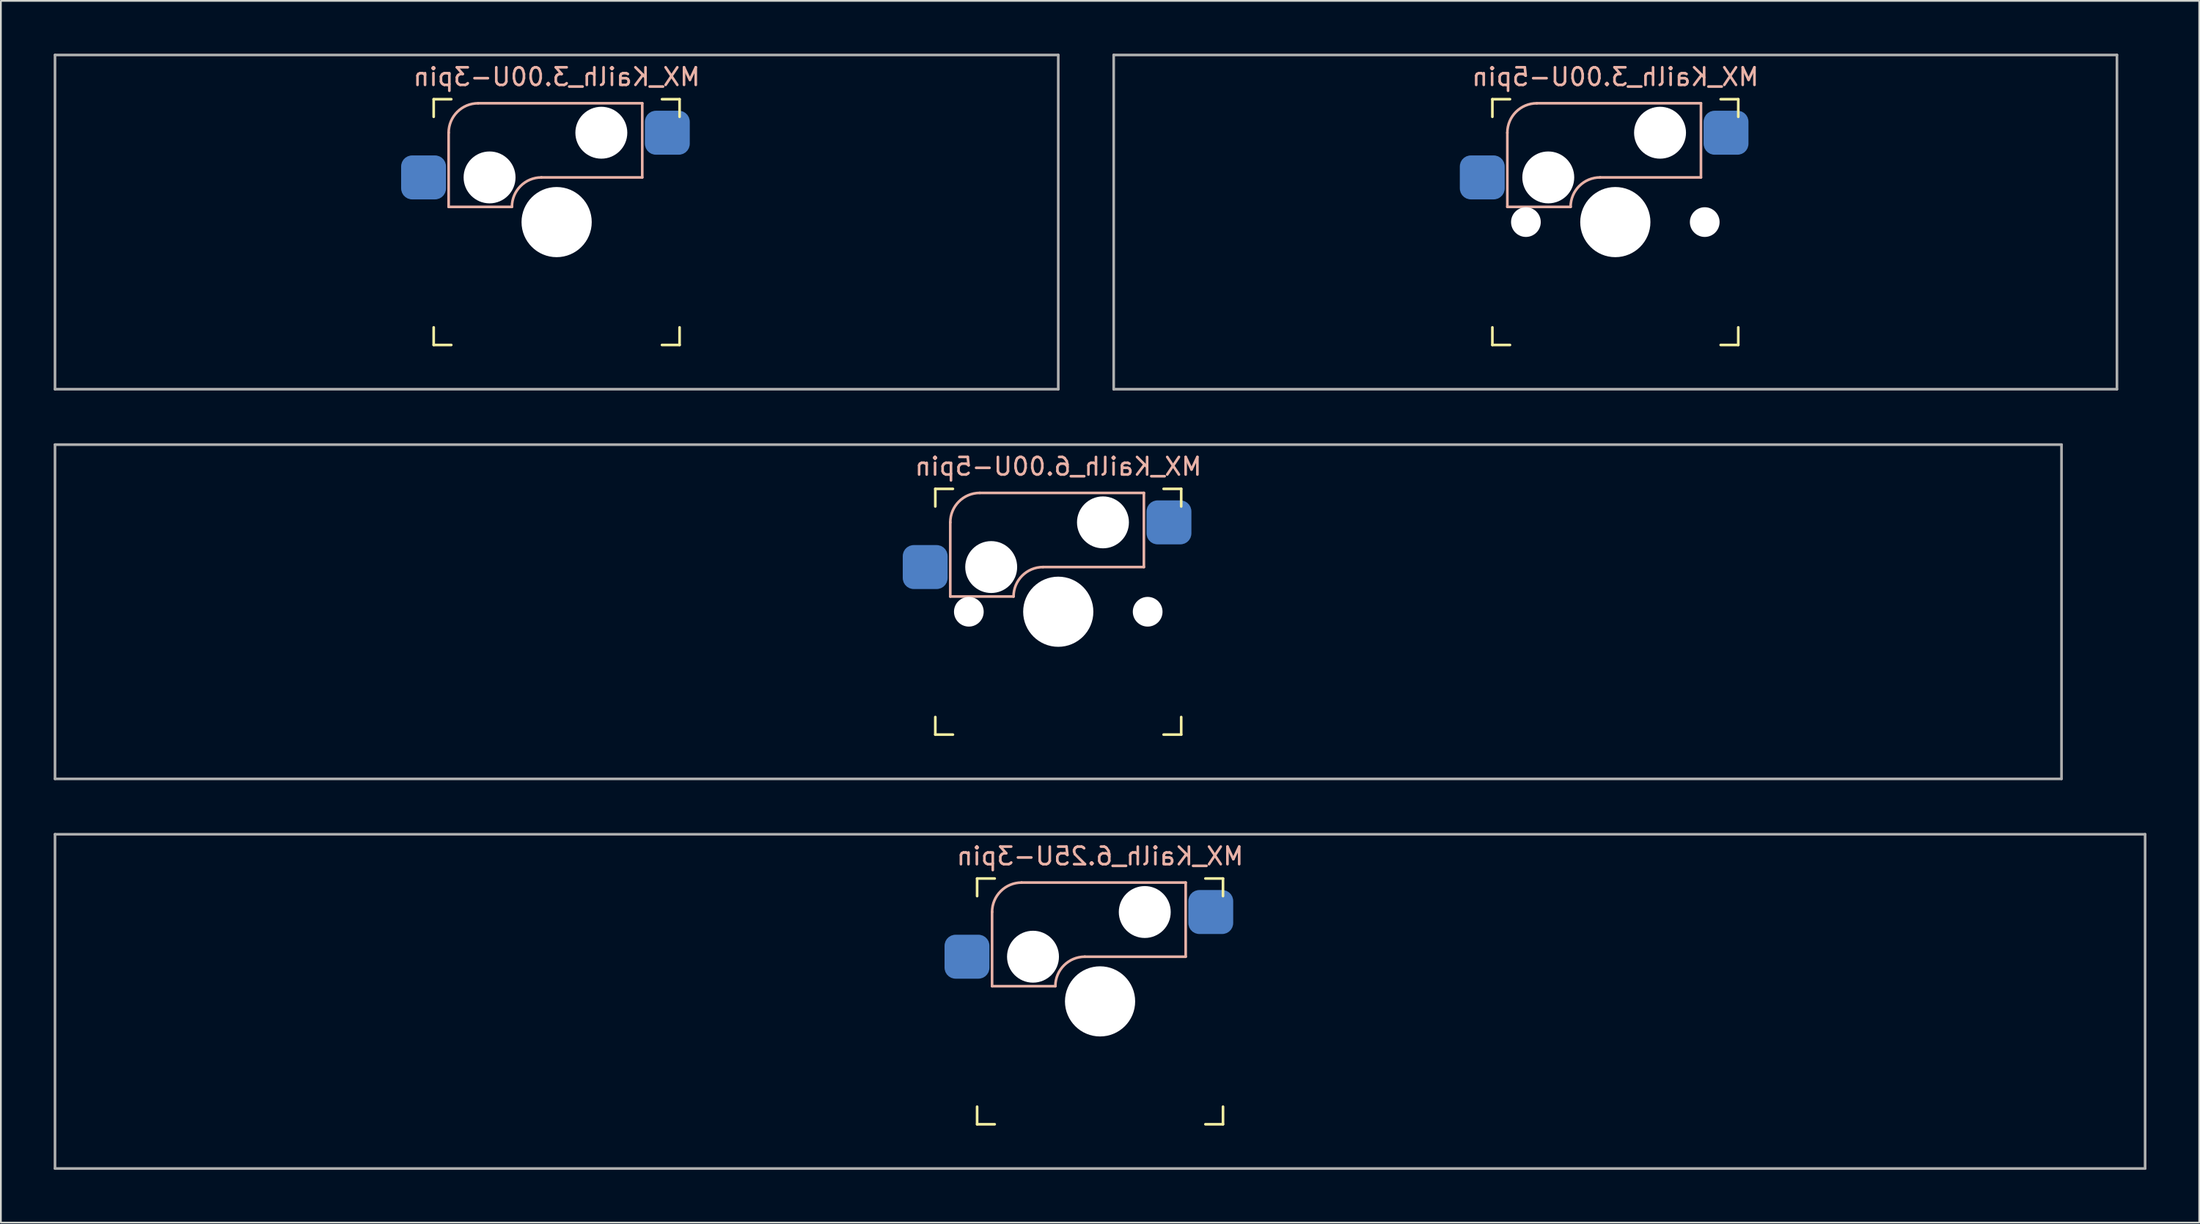
<source format=kicad_pcb>
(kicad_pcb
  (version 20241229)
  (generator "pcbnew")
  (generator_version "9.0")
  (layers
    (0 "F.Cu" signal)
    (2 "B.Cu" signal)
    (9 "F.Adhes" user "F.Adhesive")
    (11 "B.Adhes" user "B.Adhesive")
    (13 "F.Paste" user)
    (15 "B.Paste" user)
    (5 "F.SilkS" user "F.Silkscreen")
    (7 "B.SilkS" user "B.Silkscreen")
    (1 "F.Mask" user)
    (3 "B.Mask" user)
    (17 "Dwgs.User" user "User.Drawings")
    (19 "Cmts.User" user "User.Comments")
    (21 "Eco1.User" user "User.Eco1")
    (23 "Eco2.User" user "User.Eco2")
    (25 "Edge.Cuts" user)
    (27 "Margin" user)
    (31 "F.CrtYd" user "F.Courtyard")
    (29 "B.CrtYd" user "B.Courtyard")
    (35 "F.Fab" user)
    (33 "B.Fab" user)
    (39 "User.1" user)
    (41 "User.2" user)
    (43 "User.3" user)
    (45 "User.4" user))
  (footprint "MX_Kailh_6.00U-5pin"
    (layer "F.Cu")
    (at 57.075 31.725)
    (property "Reference" "MX_Kailh_6.00U-5pin" (at 0 -8.255 0) (layer "B.SilkS") (effects (font (size 1 1) (thickness 0.15)) (justify mirror)))
    (attr smd)
    (fp_line (start -6.985 -5.985) (end -6.985 -6.985) (stroke (width 0.15) (type solid)) (layer "F.SilkS"))
    (fp_line (start -6.985 6.985) (end -6.985 5.985) (stroke (width 0.15) (type solid)) (layer "F.SilkS"))
    (fp_line (start -6.985 6.985) (end -5.985 6.985) (stroke (width 0.15) (type solid)) (layer "F.SilkS"))
    (fp_line (start -5.985 -6.985) (end -6.985 -6.985) (stroke (width 0.15) (type solid)) (layer "F.SilkS"))
    (fp_line (start 5.985 6.985) (end 6.985 6.985) (stroke (width 0.15) (type solid)) (layer "F.SilkS"))
    (fp_line (start 6.985 -6.985) (end 5.985 -6.985) (stroke (width 0.15) (type solid)) (layer "F.SilkS"))
    (fp_line (start 6.985 -6.985) (end 6.985 -5.985) (stroke (width 0.15) (type solid)) (layer "F.SilkS"))
    (fp_line (start 6.985 5.985) (end 6.985 6.985) (stroke (width 0.15) (type solid)) (layer "F.SilkS"))
    (fp_line (start -6.135 -5.08) (end -6.135 -0.865) (stroke (width 0.15) (type solid)) (layer "B.SilkS"))
    (fp_line (start -6.135 -0.865) (end -2.54 -0.865) (stroke (width 0.15) (type solid)) (layer "B.SilkS"))
    (fp_line (start -4.46 -6.755) (end 4.865 -6.755) (stroke (width 0.15) (type solid)) (layer "B.SilkS"))
    (fp_line (start -0.865 -2.54) (end 4.865 -2.54) (stroke (width 0.15) (type solid)) (layer "B.SilkS"))
    (fp_line (start 4.865 -6.755) (end 4.865 -2.54) (stroke (width 0.15) (type solid)) (layer "B.SilkS"))
    (fp_arc (start -6.135 -5.08) (mid -5.644404 -6.264404) (end -4.46 -6.755) (stroke (width 0.15) (type solid)) (layer "B.SilkS"))
    (fp_arc (start -2.54 -0.865) (mid -2.049404 -2.049404) (end -0.865 -2.54) (stroke (width 0.15) (type solid)) (layer "B.SilkS"))
    (fp_line (start -6.985 6.985) (end -6.985 -6.985) (stroke (width 0.15) (type solid)) (layer "Eco2.User"))
    (fp_line (start -6.985 6.985) (end 6.985 6.985) (stroke (width 0.15) (type solid)) (layer "Eco2.User"))
    (fp_line (start 6.985 -6.985) (end -6.985 -6.985) (stroke (width 0.15) (type solid)) (layer "Eco2.User"))
    (fp_line (start 6.985 -6.985) (end 6.985 6.985) (stroke (width 0.15) (type solid)) (layer "Eco2.User"))
    (fp_line (start -57 -9.5) (end 57 -9.5) (stroke (width 0.15) (type solid)) (layer "F.Fab"))
    (fp_line (start -57 9.5) (end -57 -9.5) (stroke (width 0.15) (type solid)) (layer "F.Fab"))
    (fp_line (start 57 -9.5) (end 57 9.5) (stroke (width 0.15) (type solid)) (layer "F.Fab"))
    (fp_line (start 57 9.5) (end -57 9.5) (stroke (width 0.15) (type solid)) (layer "F.Fab"))
    (pad "" np_thru_hole circle (at -5.08 0) (size 1.688 1.688) (drill 1.688) (layers "*.Cu" "*.Mask"))
    (pad "" np_thru_hole circle (at -3.81 -2.54) (size 2.95 2.95) (drill 2.95) (layers "*.Cu" "*.Mask"))
    (pad "" np_thru_hole circle (at 0 0) (size 3.988 3.988) (drill 3.988) (layers "*.Cu" "*.Mask"))
    (pad "" np_thru_hole circle (at 2.54 -5.08) (size 2.95 2.95) (drill 2.95) (layers "*.Cu" "*.Mask"))
    (pad "" np_thru_hole circle (at 5.08 0) (size 1.688 1.688) (drill 1.688) (layers "*.Cu" "*.Mask"))
    (pad "1" smd roundrect (at 6.29 -5.08) (size 2.55 2.5) (layers "B.Cu" "B.Mask" "B.Paste") (roundrect_rratio 0.25))
    (pad "2" smd roundrect (at -7.56 -2.54) (size 2.55 2.5) (layers "B.Cu" "B.Mask" "B.Paste") (roundrect_rratio 0.25)))
  (footprint "MX_Kailh_3.00U-3pin"
    (layer "F.Cu")
    (at 28.575 9.575)
    (property "Reference" "MX_Kailh_3.00U-3pin" (at 0 -8.255 0) (layer "B.SilkS") (effects (font (size 1 1) (thickness 0.15)) (justify mirror)))
    (attr smd)
    (fp_line (start -6.985 -5.985) (end -6.985 -6.985) (stroke (width 0.15) (type solid)) (layer "F.SilkS"))
    (fp_line (start -6.985 6.985) (end -6.985 5.985) (stroke (width 0.15) (type solid)) (layer "F.SilkS"))
    (fp_line (start -6.985 6.985) (end -5.985 6.985) (stroke (width 0.15) (type solid)) (layer "F.SilkS"))
    (fp_line (start -5.985 -6.985) (end -6.985 -6.985) (stroke (width 0.15) (type solid)) (layer "F.SilkS"))
    (fp_line (start 5.985 6.985) (end 6.985 6.985) (stroke (width 0.15) (type solid)) (layer "F.SilkS"))
    (fp_line (start 6.985 -6.985) (end 5.985 -6.985) (stroke (width 0.15) (type solid)) (layer "F.SilkS"))
    (fp_line (start 6.985 -6.985) (end 6.985 -5.985) (stroke (width 0.15) (type solid)) (layer "F.SilkS"))
    (fp_line (start 6.985 5.985) (end 6.985 6.985) (stroke (width 0.15) (type solid)) (layer "F.SilkS"))
    (fp_line (start -6.135 -5.08) (end -6.135 -0.865) (stroke (width 0.15) (type solid)) (layer "B.SilkS"))
    (fp_line (start -6.135 -0.865) (end -2.54 -0.865) (stroke (width 0.15) (type solid)) (layer "B.SilkS"))
    (fp_line (start -4.46 -6.755) (end 4.865 -6.755) (stroke (width 0.15) (type solid)) (layer "B.SilkS"))
    (fp_line (start -0.865 -2.54) (end 4.865 -2.54) (stroke (width 0.15) (type solid)) (layer "B.SilkS"))
    (fp_line (start 4.865 -6.755) (end 4.865 -2.54) (stroke (width 0.15) (type solid)) (layer "B.SilkS"))
    (fp_arc (start -6.135 -5.08) (mid -5.644404 -6.264404) (end -4.46 -6.755) (stroke (width 0.15) (type solid)) (layer "B.SilkS"))
    (fp_arc (start -2.54 -0.865) (mid -2.049404 -2.049404) (end -0.865 -2.54) (stroke (width 0.15) (type solid)) (layer "B.SilkS"))
    (fp_line (start -6.985 6.985) (end -6.985 -6.985) (stroke (width 0.15) (type solid)) (layer "Eco2.User"))
    (fp_line (start -6.985 6.985) (end 6.985 6.985) (stroke (width 0.15) (type solid)) (layer "Eco2.User"))
    (fp_line (start 6.985 -6.985) (end -6.985 -6.985) (stroke (width 0.15) (type solid)) (layer "Eco2.User"))
    (fp_line (start 6.985 -6.985) (end 6.985 6.985) (stroke (width 0.15) (type solid)) (layer "Eco2.User"))
    (fp_line (start -28.5 -9.5) (end 28.5 -9.5) (stroke (width 0.15) (type solid)) (layer "F.Fab"))
    (fp_line (start -28.5 9.5) (end -28.5 -9.5) (stroke (width 0.15) (type solid)) (layer "F.Fab"))
    (fp_line (start 28.5 -9.5) (end 28.5 9.5) (stroke (width 0.15) (type solid)) (layer "F.Fab"))
    (fp_line (start 28.5 9.5) (end -28.5 9.5) (stroke (width 0.15) (type solid)) (layer "F.Fab"))
    (pad "" np_thru_hole circle (at -3.81 -2.54) (size 2.95 2.95) (drill 2.95) (layers "*.Cu" "*.Mask"))
    (pad "" np_thru_hole circle (at 0 0) (size 3.988 3.988) (drill 3.988) (layers "*.Cu" "*.Mask"))
    (pad "" np_thru_hole circle (at 2.54 -5.08) (size 2.95 2.95) (drill 2.95) (layers "*.Cu" "*.Mask"))
    (pad "1" smd roundrect (at 6.29 -5.08) (size 2.55 2.5) (layers "B.Cu" "B.Mask" "B.Paste") (roundrect_rratio 0.25))
    (pad "2" smd roundrect (at -7.56 -2.54) (size 2.55 2.5) (layers "B.Cu" "B.Mask" "B.Paste") (roundrect_rratio 0.25)))
  (footprint "MX_Kailh_6.25U-3pin"
    (layer "F.Cu")
    (at 59.45 53.875)
    (property "Reference" "MX_Kailh_6.25U-3pin" (at 0 -8.255 0) (layer "B.SilkS") (effects (font (size 1 1) (thickness 0.15)) (justify mirror)))
    (attr smd)
    (fp_line (start -6.985 -5.985) (end -6.985 -6.985) (stroke (width 0.15) (type solid)) (layer "F.SilkS"))
    (fp_line (start -6.985 6.985) (end -6.985 5.985) (stroke (width 0.15) (type solid)) (layer "F.SilkS"))
    (fp_line (start -6.985 6.985) (end -5.985 6.985) (stroke (width 0.15) (type solid)) (layer "F.SilkS"))
    (fp_line (start -5.985 -6.985) (end -6.985 -6.985) (stroke (width 0.15) (type solid)) (layer "F.SilkS"))
    (fp_line (start 5.985 6.985) (end 6.985 6.985) (stroke (width 0.15) (type solid)) (layer "F.SilkS"))
    (fp_line (start 6.985 -6.985) (end 5.985 -6.985) (stroke (width 0.15) (type solid)) (layer "F.SilkS"))
    (fp_line (start 6.985 -6.985) (end 6.985 -5.985) (stroke (width 0.15) (type solid)) (layer "F.SilkS"))
    (fp_line (start 6.985 5.985) (end 6.985 6.985) (stroke (width 0.15) (type solid)) (layer "F.SilkS"))
    (fp_line (start -6.135 -5.08) (end -6.135 -0.865) (stroke (width 0.15) (type solid)) (layer "B.SilkS"))
    (fp_line (start -6.135 -0.865) (end -2.54 -0.865) (stroke (width 0.15) (type solid)) (layer "B.SilkS"))
    (fp_line (start -4.46 -6.755) (end 4.865 -6.755) (stroke (width 0.15) (type solid)) (layer "B.SilkS"))
    (fp_line (start -0.865 -2.54) (end 4.865 -2.54) (stroke (width 0.15) (type solid)) (layer "B.SilkS"))
    (fp_line (start 4.865 -6.755) (end 4.865 -2.54) (stroke (width 0.15) (type solid)) (layer "B.SilkS"))
    (fp_arc (start -6.135 -5.08) (mid -5.644404 -6.264404) (end -4.46 -6.755) (stroke (width 0.15) (type solid)) (layer "B.SilkS"))
    (fp_arc (start -2.54 -0.865) (mid -2.049404 -2.049404) (end -0.865 -2.54) (stroke (width 0.15) (type solid)) (layer "B.SilkS"))
    (fp_line (start -6.985 6.985) (end -6.985 -6.985) (stroke (width 0.15) (type solid)) (layer "Eco2.User"))
    (fp_line (start -6.985 6.985) (end 6.985 6.985) (stroke (width 0.15) (type solid)) (layer "Eco2.User"))
    (fp_line (start 6.985 -6.985) (end -6.985 -6.985) (stroke (width 0.15) (type solid)) (layer "Eco2.User"))
    (fp_line (start 6.985 -6.985) (end 6.985 6.985) (stroke (width 0.15) (type solid)) (layer "Eco2.User"))
    (fp_line (start -59.375 -9.5) (end 59.375 -9.5) (stroke (width 0.15) (type solid)) (layer "F.Fab"))
    (fp_line (start -59.375 9.5) (end -59.375 -9.5) (stroke (width 0.15) (type solid)) (layer "F.Fab"))
    (fp_line (start 59.375 -9.5) (end 59.375 9.5) (stroke (width 0.15) (type solid)) (layer "F.Fab"))
    (fp_line (start 59.375 9.5) (end -59.375 9.5) (stroke (width 0.15) (type solid)) (layer "F.Fab"))
    (pad "" np_thru_hole circle (at -3.81 -2.54) (size 2.95 2.95) (drill 2.95) (layers "*.Cu" "*.Mask"))
    (pad "" np_thru_hole circle (at 0 0) (size 3.988 3.988) (drill 3.988) (layers "*.Cu" "*.Mask"))
    (pad "" np_thru_hole circle (at 2.54 -5.08) (size 2.95 2.95) (drill 2.95) (layers "*.Cu" "*.Mask"))
    (pad "1" smd roundrect (at 6.29 -5.08) (size 2.55 2.5) (layers "B.Cu" "B.Mask" "B.Paste") (roundrect_rratio 0.25))
    (pad "2" smd roundrect (at -7.56 -2.54) (size 2.55 2.5) (layers "B.Cu" "B.Mask" "B.Paste") (roundrect_rratio 0.25)))
  (footprint "MX_Kailh_3.00U-5pin"
    (layer "F.Cu")
    (at 88.725 9.575)
    (property "Reference" "MX_Kailh_3.00U-5pin" (at 0 -8.255 0) (layer "B.SilkS") (effects (font (size 1 1) (thickness 0.15)) (justify mirror)))
    (attr smd)
    (fp_line (start -6.985 -5.985) (end -6.985 -6.985) (stroke (width 0.15) (type solid)) (layer "F.SilkS"))
    (fp_line (start -6.985 6.985) (end -6.985 5.985) (stroke (width 0.15) (type solid)) (layer "F.SilkS"))
    (fp_line (start -6.985 6.985) (end -5.985 6.985) (stroke (width 0.15) (type solid)) (layer "F.SilkS"))
    (fp_line (start -5.985 -6.985) (end -6.985 -6.985) (stroke (width 0.15) (type solid)) (layer "F.SilkS"))
    (fp_line (start 5.985 6.985) (end 6.985 6.985) (stroke (width 0.15) (type solid)) (layer "F.SilkS"))
    (fp_line (start 6.985 -6.985) (end 5.985 -6.985) (stroke (width 0.15) (type solid)) (layer "F.SilkS"))
    (fp_line (start 6.985 -6.985) (end 6.985 -5.985) (stroke (width 0.15) (type solid)) (layer "F.SilkS"))
    (fp_line (start 6.985 5.985) (end 6.985 6.985) (stroke (width 0.15) (type solid)) (layer "F.SilkS"))
    (fp_line (start -6.135 -5.08) (end -6.135 -0.865) (stroke (width 0.15) (type solid)) (layer "B.SilkS"))
    (fp_line (start -6.135 -0.865) (end -2.54 -0.865) (stroke (width 0.15) (type solid)) (layer "B.SilkS"))
    (fp_line (start -4.46 -6.755) (end 4.865 -6.755) (stroke (width 0.15) (type solid)) (layer "B.SilkS"))
    (fp_line (start -0.865 -2.54) (end 4.865 -2.54) (stroke (width 0.15) (type solid)) (layer "B.SilkS"))
    (fp_line (start 4.865 -6.755) (end 4.865 -2.54) (stroke (width 0.15) (type solid)) (layer "B.SilkS"))
    (fp_arc (start -6.135 -5.08) (mid -5.644404 -6.264404) (end -4.46 -6.755) (stroke (width 0.15) (type solid)) (layer "B.SilkS"))
    (fp_arc (start -2.54 -0.865) (mid -2.049404 -2.049404) (end -0.865 -2.54) (stroke (width 0.15) (type solid)) (layer "B.SilkS"))
    (fp_line (start -6.985 6.985) (end -6.985 -6.985) (stroke (width 0.15) (type solid)) (layer "Eco2.User"))
    (fp_line (start -6.985 6.985) (end 6.985 6.985) (stroke (width 0.15) (type solid)) (layer "Eco2.User"))
    (fp_line (start 6.985 -6.985) (end -6.985 -6.985) (stroke (width 0.15) (type solid)) (layer "Eco2.User"))
    (fp_line (start 6.985 -6.985) (end 6.985 6.985) (stroke (width 0.15) (type solid)) (layer "Eco2.User"))
    (fp_line (start -28.5 -9.5) (end 28.5 -9.5) (stroke (width 0.15) (type solid)) (layer "F.Fab"))
    (fp_line (start -28.5 9.5) (end -28.5 -9.5) (stroke (width 0.15) (type solid)) (layer "F.Fab"))
    (fp_line (start 28.5 -9.5) (end 28.5 9.5) (stroke (width 0.15) (type solid)) (layer "F.Fab"))
    (fp_line (start 28.5 9.5) (end -28.5 9.5) (stroke (width 0.15) (type solid)) (layer "F.Fab"))
    (pad "" np_thru_hole circle (at -5.08 0) (size 1.688 1.688) (drill 1.688) (layers "*.Cu" "*.Mask"))
    (pad "" np_thru_hole circle (at -3.81 -2.54) (size 2.95 2.95) (drill 2.95) (layers "*.Cu" "*.Mask"))
    (pad "" np_thru_hole circle (at 0 0) (size 3.988 3.988) (drill 3.988) (layers "*.Cu" "*.Mask"))
    (pad "" np_thru_hole circle (at 2.54 -5.08) (size 2.95 2.95) (drill 2.95) (layers "*.Cu" "*.Mask"))
    (pad "" np_thru_hole circle (at 5.08 0) (size 1.688 1.688) (drill 1.688) (layers "*.Cu" "*.Mask"))
    (pad "1" smd roundrect (at 6.29 -5.08) (size 2.55 2.5) (layers "B.Cu" "B.Mask" "B.Paste") (roundrect_rratio 0.25))
    (pad "2" smd roundrect (at -7.56 -2.54) (size 2.55 2.5) (layers "B.Cu" "B.Mask" "B.Paste") (roundrect_rratio 0.25)))
  (gr_rect
    (start -3 -3)
    (end 121.9 66.45)
    (stroke (width 0.1) (type default))
    (fill no)
    (layer "Edge.Cuts")))
</source>
